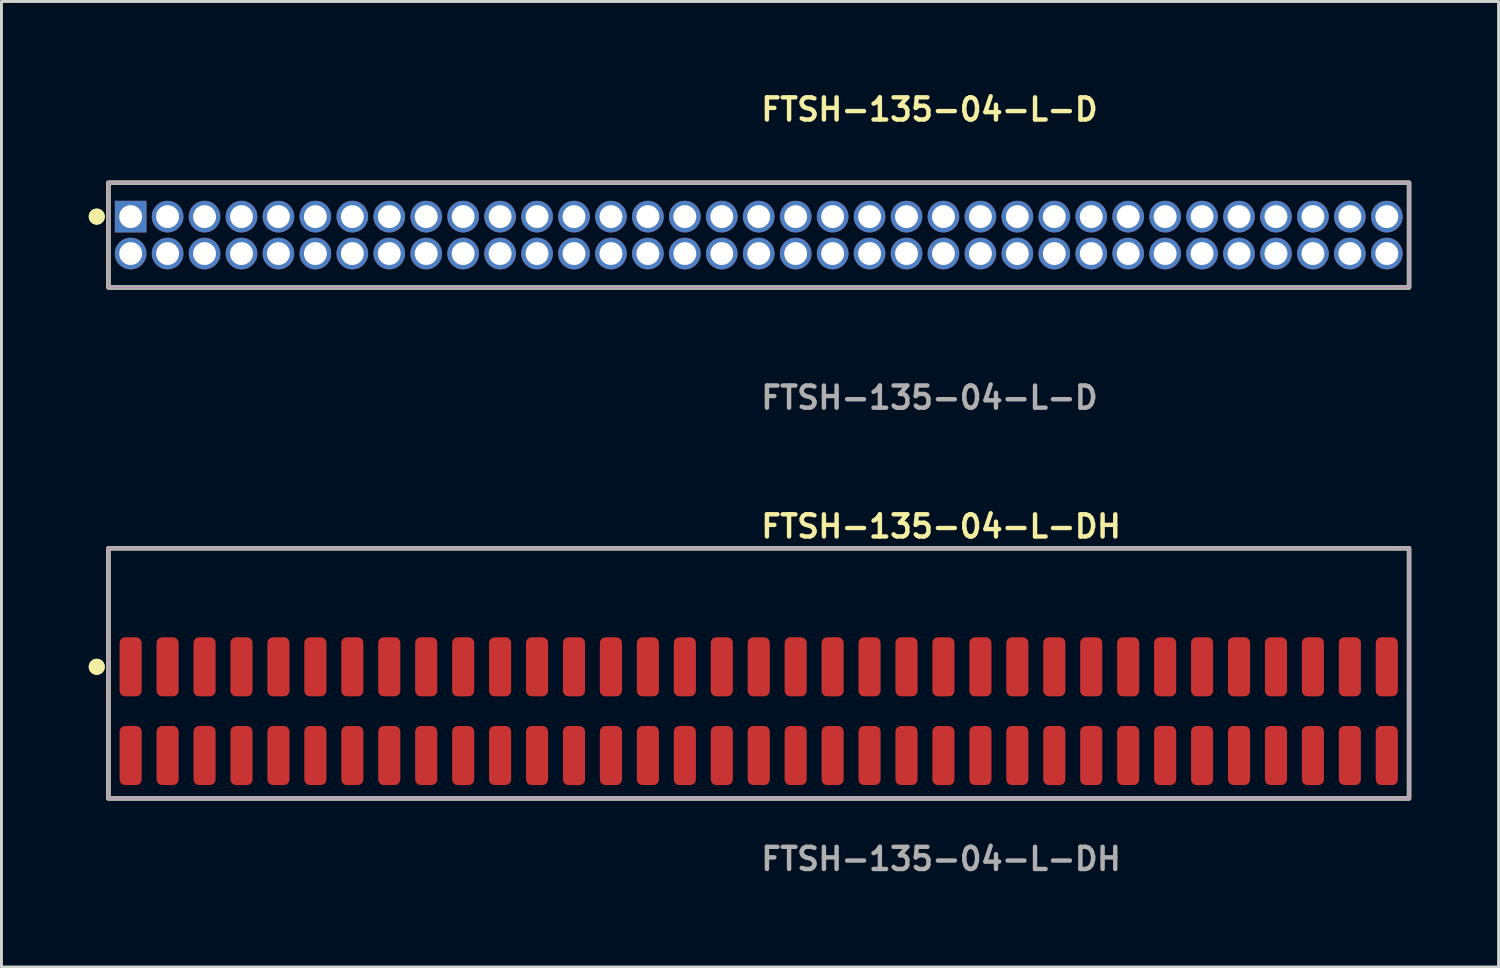
<source format=kicad_pcb>
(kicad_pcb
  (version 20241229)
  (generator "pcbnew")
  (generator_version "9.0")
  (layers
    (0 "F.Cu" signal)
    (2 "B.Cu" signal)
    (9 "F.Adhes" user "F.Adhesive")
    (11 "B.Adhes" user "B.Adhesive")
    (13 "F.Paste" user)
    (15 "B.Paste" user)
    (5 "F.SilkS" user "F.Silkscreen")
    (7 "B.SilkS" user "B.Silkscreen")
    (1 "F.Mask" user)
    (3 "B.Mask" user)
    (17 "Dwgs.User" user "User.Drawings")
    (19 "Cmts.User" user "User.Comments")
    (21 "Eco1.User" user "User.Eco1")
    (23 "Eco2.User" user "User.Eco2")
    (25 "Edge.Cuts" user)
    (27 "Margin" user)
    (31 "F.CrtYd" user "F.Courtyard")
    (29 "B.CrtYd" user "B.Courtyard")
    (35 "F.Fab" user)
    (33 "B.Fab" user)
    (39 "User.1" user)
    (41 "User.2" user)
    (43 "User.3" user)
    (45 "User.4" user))
  (footprint "FTSH-135-04-L-DH"
    (layer "F.Cu")
    (at 23.031 21.396)
    (property "Reference" "FTSH-135-04-L-DH" (at 0 -6.35 0) (unlocked yes) (layer "F.SilkS") (effects (font (size 0.762 0.762) (thickness 0.152)) (justify left)))
    (fp_rect (start -22.355 3) (end 22.355 -5.6) (stroke (width 0.152) (type solid)) (fill no) (layer "F.SilkS"))
    (fp_circle (center -22.755 -1.525) (end -22.955 -1.525) (stroke (width 0.152) (type solid)) (fill yes) (layer "F.SilkS"))
    (fp_circle (center -22.755 -1.525) (end -22.955 -1.525) (stroke (width 0.152) (type solid)) (fill yes) (layer "F.SilkS"))
    (fp_rect (start -22.355 3) (end 22.355 -5.6) (stroke (width 0.006) (type solid)) (fill no) (layer "F.CrtYd"))
    (fp_rect (start -22.355 3) (end 22.355 -5.6) (stroke (width 0.152) (type solid)) (fill no) (layer "F.Fab"))
    (fp_text user "${REFERENCE}" (at 0 5.08 0) (unlocked yes) (layer "F.Fab") (effects (font (size 0.762 0.762) (thickness 0.152)) (justify left)))
    (pad "1" smd roundrect (at -21.59 -1.525) (size 0.76 2.03) (layers "F.Cu" "F.Paste") (roundrect_rratio 0.25))
    (pad "2" smd roundrect (at -21.59 1.525) (size 0.76 2.03) (layers "F.Cu" "F.Paste") (roundrect_rratio 0.25))
    (pad "3" smd roundrect (at -20.32 -1.525) (size 0.76 2.03) (layers "F.Cu" "F.Paste") (roundrect_rratio 0.25))
    (pad "4" smd roundrect (at -20.32 1.525) (size 0.76 2.03) (layers "F.Cu" "F.Paste") (roundrect_rratio 0.25))
    (pad "5" smd roundrect (at -19.05 -1.525) (size 0.76 2.03) (layers "F.Cu" "F.Paste") (roundrect_rratio 0.25))
    (pad "6" smd roundrect (at -19.05 1.525) (size 0.76 2.03) (layers "F.Cu" "F.Paste") (roundrect_rratio 0.25))
    (pad "7" smd roundrect (at -17.78 -1.525) (size 0.76 2.03) (layers "F.Cu" "F.Paste") (roundrect_rratio 0.25))
    (pad "8" smd roundrect (at -17.78 1.525) (size 0.76 2.03) (layers "F.Cu" "F.Paste") (roundrect_rratio 0.25))
    (pad "9" smd roundrect (at -16.51 -1.525) (size 0.76 2.03) (layers "F.Cu" "F.Paste") (roundrect_rratio 0.25))
    (pad "10" smd roundrect (at -16.51 1.525) (size 0.76 2.03) (layers "F.Cu" "F.Paste") (roundrect_rratio 0.25))
    (pad "11" smd roundrect (at -15.24 -1.525) (size 0.76 2.03) (layers "F.Cu" "F.Paste") (roundrect_rratio 0.25))
    (pad "12" smd roundrect (at -15.24 1.525) (size 0.76 2.03) (layers "F.Cu" "F.Paste") (roundrect_rratio 0.25))
    (pad "13" smd roundrect (at -13.97 -1.525) (size 0.76 2.03) (layers "F.Cu" "F.Paste") (roundrect_rratio 0.25))
    (pad "14" smd roundrect (at -13.97 1.525) (size 0.76 2.03) (layers "F.Cu" "F.Paste") (roundrect_rratio 0.25))
    (pad "15" smd roundrect (at -12.7 -1.525) (size 0.76 2.03) (layers "F.Cu" "F.Paste") (roundrect_rratio 0.25))
    (pad "16" smd roundrect (at -12.7 1.525) (size 0.76 2.03) (layers "F.Cu" "F.Paste") (roundrect_rratio 0.25))
    (pad "17" smd roundrect (at -11.43 -1.525) (size 0.76 2.03) (layers "F.Cu" "F.Paste") (roundrect_rratio 0.25))
    (pad "18" smd roundrect (at -11.43 1.525) (size 0.76 2.03) (layers "F.Cu" "F.Paste") (roundrect_rratio 0.25))
    (pad "19" smd roundrect (at -10.16 -1.525) (size 0.76 2.03) (layers "F.Cu" "F.Paste") (roundrect_rratio 0.25))
    (pad "20" smd roundrect (at -10.16 1.525) (size 0.76 2.03) (layers "F.Cu" "F.Paste") (roundrect_rratio 0.25))
    (pad "21" smd roundrect (at -8.89 -1.525) (size 0.76 2.03) (layers "F.Cu" "F.Paste") (roundrect_rratio 0.25))
    (pad "22" smd roundrect (at -8.89 1.525) (size 0.76 2.03) (layers "F.Cu" "F.Paste") (roundrect_rratio 0.25))
    (pad "23" smd roundrect (at -7.62 -1.525) (size 0.76 2.03) (layers "F.Cu" "F.Paste") (roundrect_rratio 0.25))
    (pad "24" smd roundrect (at -7.62 1.525) (size 0.76 2.03) (layers "F.Cu" "F.Paste") (roundrect_rratio 0.25))
    (pad "25" smd roundrect (at -6.35 -1.525) (size 0.76 2.03) (layers "F.Cu" "F.Paste") (roundrect_rratio 0.25))
    (pad "26" smd roundrect (at -6.35 1.525) (size 0.76 2.03) (layers "F.Cu" "F.Paste") (roundrect_rratio 0.25))
    (pad "27" smd roundrect (at -5.08 -1.525) (size 0.76 2.03) (layers "F.Cu" "F.Paste") (roundrect_rratio 0.25))
    (pad "28" smd roundrect (at -5.08 1.525) (size 0.76 2.03) (layers "F.Cu" "F.Paste") (roundrect_rratio 0.25))
    (pad "29" smd roundrect (at -3.81 -1.525) (size 0.76 2.03) (layers "F.Cu" "F.Paste") (roundrect_rratio 0.25))
    (pad "30" smd roundrect (at -3.81 1.525) (size 0.76 2.03) (layers "F.Cu" "F.Paste") (roundrect_rratio 0.25))
    (pad "31" smd roundrect (at -2.54 -1.525) (size 0.76 2.03) (layers "F.Cu" "F.Paste") (roundrect_rratio 0.25))
    (pad "32" smd roundrect (at -2.54 1.525) (size 0.76 2.03) (layers "F.Cu" "F.Paste") (roundrect_rratio 0.25))
    (pad "33" smd roundrect (at -1.27 -1.525) (size 0.76 2.03) (layers "F.Cu" "F.Paste") (roundrect_rratio 0.25))
    (pad "34" smd roundrect (at -1.27 1.525) (size 0.76 2.03) (layers "F.Cu" "F.Paste") (roundrect_rratio 0.25))
    (pad "35" smd roundrect (at 0 -1.525) (size 0.76 2.03) (layers "F.Cu" "F.Paste") (roundrect_rratio 0.25))
    (pad "36" smd roundrect (at 0 1.525) (size 0.76 2.03) (layers "F.Cu" "F.Paste") (roundrect_rratio 0.25))
    (pad "37" smd roundrect (at 1.27 -1.525) (size 0.76 2.03) (layers "F.Cu" "F.Paste") (roundrect_rratio 0.25))
    (pad "38" smd roundrect (at 1.27 1.525) (size 0.76 2.03) (layers "F.Cu" "F.Paste") (roundrect_rratio 0.25))
    (pad "39" smd roundrect (at 2.54 -1.525) (size 0.76 2.03) (layers "F.Cu" "F.Paste") (roundrect_rratio 0.25))
    (pad "40" smd roundrect (at 2.54 1.525) (size 0.76 2.03) (layers "F.Cu" "F.Paste") (roundrect_rratio 0.25))
    (pad "41" smd roundrect (at 3.81 -1.525) (size 0.76 2.03) (layers "F.Cu" "F.Paste") (roundrect_rratio 0.25))
    (pad "42" smd roundrect (at 3.81 1.525) (size 0.76 2.03) (layers "F.Cu" "F.Paste") (roundrect_rratio 0.25))
    (pad "43" smd roundrect (at 5.08 -1.525) (size 0.76 2.03) (layers "F.Cu" "F.Paste") (roundrect_rratio 0.25))
    (pad "44" smd roundrect (at 5.08 1.525) (size 0.76 2.03) (layers "F.Cu" "F.Paste") (roundrect_rratio 0.25))
    (pad "45" smd roundrect (at 6.35 -1.525) (size 0.76 2.03) (layers "F.Cu" "F.Paste") (roundrect_rratio 0.25))
    (pad "46" smd roundrect (at 6.35 1.525) (size 0.76 2.03) (layers "F.Cu" "F.Paste") (roundrect_rratio 0.25))
    (pad "47" smd roundrect (at 7.62 -1.525) (size 0.76 2.03) (layers "F.Cu" "F.Paste") (roundrect_rratio 0.25))
    (pad "48" smd roundrect (at 7.62 1.525) (size 0.76 2.03) (layers "F.Cu" "F.Paste") (roundrect_rratio 0.25))
    (pad "49" smd roundrect (at 8.89 -1.525) (size 0.76 2.03) (layers "F.Cu" "F.Paste") (roundrect_rratio 0.25))
    (pad "50" smd roundrect (at 8.89 1.525) (size 0.76 2.03) (layers "F.Cu" "F.Paste") (roundrect_rratio 0.25))
    (pad "51" smd roundrect (at 10.16 -1.525) (size 0.76 2.03) (layers "F.Cu" "F.Paste") (roundrect_rratio 0.25))
    (pad "52" smd roundrect (at 10.16 1.525) (size 0.76 2.03) (layers "F.Cu" "F.Paste") (roundrect_rratio 0.25))
    (pad "53" smd roundrect (at 11.43 -1.525) (size 0.76 2.03) (layers "F.Cu" "F.Paste") (roundrect_rratio 0.25))
    (pad "54" smd roundrect (at 11.43 1.525) (size 0.76 2.03) (layers "F.Cu" "F.Paste") (roundrect_rratio 0.25))
    (pad "55" smd roundrect (at 12.7 -1.525) (size 0.76 2.03) (layers "F.Cu" "F.Paste") (roundrect_rratio 0.25))
    (pad "56" smd roundrect (at 12.7 1.525) (size 0.76 2.03) (layers "F.Cu" "F.Paste") (roundrect_rratio 0.25))
    (pad "57" smd roundrect (at 13.97 -1.525) (size 0.76 2.03) (layers "F.Cu" "F.Paste") (roundrect_rratio 0.25))
    (pad "58" smd roundrect (at 13.97 1.525) (size 0.76 2.03) (layers "F.Cu" "F.Paste") (roundrect_rratio 0.25))
    (pad "59" smd roundrect (at 15.24 -1.525) (size 0.76 2.03) (layers "F.Cu" "F.Paste") (roundrect_rratio 0.25))
    (pad "60" smd roundrect (at 15.24 1.525) (size 0.76 2.03) (layers "F.Cu" "F.Paste") (roundrect_rratio 0.25))
    (pad "61" smd roundrect (at 16.51 -1.525) (size 0.76 2.03) (layers "F.Cu" "F.Paste") (roundrect_rratio 0.25))
    (pad "62" smd roundrect (at 16.51 1.525) (size 0.76 2.03) (layers "F.Cu" "F.Paste") (roundrect_rratio 0.25))
    (pad "63" smd roundrect (at 17.78 -1.525) (size 0.76 2.03) (layers "F.Cu" "F.Paste") (roundrect_rratio 0.25))
    (pad "64" smd roundrect (at 17.78 1.525) (size 0.76 2.03) (layers "F.Cu" "F.Paste") (roundrect_rratio 0.25))
    (pad "65" smd roundrect (at 19.05 -1.525) (size 0.76 2.03) (layers "F.Cu" "F.Paste") (roundrect_rratio 0.25))
    (pad "66" smd roundrect (at 19.05 1.525) (size 0.76 2.03) (layers "F.Cu" "F.Paste") (roundrect_rratio 0.25))
    (pad "67" smd roundrect (at 20.32 -1.525) (size 0.76 2.03) (layers "F.Cu" "F.Paste") (roundrect_rratio 0.25))
    (pad "68" smd roundrect (at 20.32 1.525) (size 0.76 2.03) (layers "F.Cu" "F.Paste") (roundrect_rratio 0.25))
    (pad "69" smd roundrect (at 21.59 -1.525) (size 0.76 2.03) (layers "F.Cu" "F.Paste") (roundrect_rratio 0.25))
    (pad "70" smd roundrect (at 21.59 1.525) (size 0.76 2.03) (layers "F.Cu" "F.Paste") (roundrect_rratio 0.25)))
  (footprint "FTSH-135-04-L-D"
    (layer "F.Cu")
    (at 23.031 5.031)
    (property "Reference" "FTSH-135-04-L-D" (at 0 -4.318 0) (unlocked yes) (layer "F.SilkS") (effects (font (size 0.762 0.762) (thickness 0.152)) (justify left)))
    (fp_rect (start -22.355 1.8) (end 22.355 -1.8) (stroke (width 0.152) (type solid)) (fill no) (layer "F.SilkS"))
    (fp_circle (center -22.755 -0.635) (end -22.955 -0.635) (stroke (width 0.152) (type solid)) (fill yes) (layer "F.SilkS"))
    (fp_circle (center -22.755 -0.635) (end -22.955 -0.635) (stroke (width 0.152) (type solid)) (fill yes) (layer "F.SilkS"))
    (fp_rect (start -22.355 1.8) (end 22.355 -1.8) (stroke (width 0.006) (type solid)) (fill no) (layer "F.CrtYd"))
    (fp_rect (start -22.355 1.8) (end 22.355 -1.8) (stroke (width 0.152) (type solid)) (fill no) (layer "F.Fab"))
    (fp_text user "${REFERENCE}" (at 0 5.588 0) (unlocked yes) (layer "F.Fab") (effects (font (size 0.762 0.762) (thickness 0.152)) (justify left)))
    (pad "1" thru_hole rect (at -21.59 -0.635) (size 1.087 1.087) (drill 0.787) (layers "*.Cu" "*.Mask"))
    (pad "2" thru_hole circle (at -21.59 0.635) (size 1.087 1.087) (drill 0.787) (layers "*.Cu" "*.Mask"))
    (pad "3" thru_hole circle (at -20.32 -0.635) (size 1.087 1.087) (drill 0.787) (layers "*.Cu" "*.Mask"))
    (pad "4" thru_hole circle (at -20.32 0.635) (size 1.087 1.087) (drill 0.787) (layers "*.Cu" "*.Mask"))
    (pad "5" thru_hole circle (at -19.05 -0.635) (size 1.087 1.087) (drill 0.787) (layers "*.Cu" "*.Mask"))
    (pad "6" thru_hole circle (at -19.05 0.635) (size 1.087 1.087) (drill 0.787) (layers "*.Cu" "*.Mask"))
    (pad "7" thru_hole circle (at -17.78 -0.635) (size 1.087 1.087) (drill 0.787) (layers "*.Cu" "*.Mask"))
    (pad "8" thru_hole circle (at -17.78 0.635) (size 1.087 1.087) (drill 0.787) (layers "*.Cu" "*.Mask"))
    (pad "9" thru_hole circle (at -16.51 -0.635) (size 1.087 1.087) (drill 0.787) (layers "*.Cu" "*.Mask"))
    (pad "10" thru_hole circle (at -16.51 0.635) (size 1.087 1.087) (drill 0.787) (layers "*.Cu" "*.Mask"))
    (pad "11" thru_hole circle (at -15.24 -0.635) (size 1.087 1.087) (drill 0.787) (layers "*.Cu" "*.Mask"))
    (pad "12" thru_hole circle (at -15.24 0.635) (size 1.087 1.087) (drill 0.787) (layers "*.Cu" "*.Mask"))
    (pad "13" thru_hole circle (at -13.97 -0.635) (size 1.087 1.087) (drill 0.787) (layers "*.Cu" "*.Mask"))
    (pad "14" thru_hole circle (at -13.97 0.635) (size 1.087 1.087) (drill 0.787) (layers "*.Cu" "*.Mask"))
    (pad "15" thru_hole circle (at -12.7 -0.635) (size 1.087 1.087) (drill 0.787) (layers "*.Cu" "*.Mask"))
    (pad "16" thru_hole circle (at -12.7 0.635) (size 1.087 1.087) (drill 0.787) (layers "*.Cu" "*.Mask"))
    (pad "17" thru_hole circle (at -11.43 -0.635) (size 1.087 1.087) (drill 0.787) (layers "*.Cu" "*.Mask"))
    (pad "18" thru_hole circle (at -11.43 0.635) (size 1.087 1.087) (drill 0.787) (layers "*.Cu" "*.Mask"))
    (pad "19" thru_hole circle (at -10.16 -0.635) (size 1.087 1.087) (drill 0.787) (layers "*.Cu" "*.Mask"))
    (pad "20" thru_hole circle (at -10.16 0.635) (size 1.087 1.087) (drill 0.787) (layers "*.Cu" "*.Mask"))
    (pad "21" thru_hole circle (at -8.89 -0.635) (size 1.087 1.087) (drill 0.787) (layers "*.Cu" "*.Mask"))
    (pad "22" thru_hole circle (at -8.89 0.635) (size 1.087 1.087) (drill 0.787) (layers "*.Cu" "*.Mask"))
    (pad "23" thru_hole circle (at -7.62 -0.635) (size 1.087 1.087) (drill 0.787) (layers "*.Cu" "*.Mask"))
    (pad "24" thru_hole circle (at -7.62 0.635) (size 1.087 1.087) (drill 0.787) (layers "*.Cu" "*.Mask"))
    (pad "25" thru_hole circle (at -6.35 -0.635) (size 1.087 1.087) (drill 0.787) (layers "*.Cu" "*.Mask"))
    (pad "26" thru_hole circle (at -6.35 0.635) (size 1.087 1.087) (drill 0.787) (layers "*.Cu" "*.Mask"))
    (pad "27" thru_hole circle (at -5.08 -0.635) (size 1.087 1.087) (drill 0.787) (layers "*.Cu" "*.Mask"))
    (pad "28" thru_hole circle (at -5.08 0.635) (size 1.087 1.087) (drill 0.787) (layers "*.Cu" "*.Mask"))
    (pad "29" thru_hole circle (at -3.81 -0.635) (size 1.087 1.087) (drill 0.787) (layers "*.Cu" "*.Mask"))
    (pad "30" thru_hole circle (at -3.81 0.635) (size 1.087 1.087) (drill 0.787) (layers "*.Cu" "*.Mask"))
    (pad "31" thru_hole circle (at -2.54 -0.635) (size 1.087 1.087) (drill 0.787) (layers "*.Cu" "*.Mask"))
    (pad "32" thru_hole circle (at -2.54 0.635) (size 1.087 1.087) (drill 0.787) (layers "*.Cu" "*.Mask"))
    (pad "33" thru_hole circle (at -1.27 -0.635) (size 1.087 1.087) (drill 0.787) (layers "*.Cu" "*.Mask"))
    (pad "34" thru_hole circle (at -1.27 0.635) (size 1.087 1.087) (drill 0.787) (layers "*.Cu" "*.Mask"))
    (pad "35" thru_hole circle (at 0 -0.635) (size 1.087 1.087) (drill 0.787) (layers "*.Cu" "*.Mask"))
    (pad "36" thru_hole circle (at 0 0.635) (size 1.087 1.087) (drill 0.787) (layers "*.Cu" "*.Mask"))
    (pad "37" thru_hole circle (at 1.27 -0.635) (size 1.087 1.087) (drill 0.787) (layers "*.Cu" "*.Mask"))
    (pad "38" thru_hole circle (at 1.27 0.635) (size 1.087 1.087) (drill 0.787) (layers "*.Cu" "*.Mask"))
    (pad "39" thru_hole circle (at 2.54 -0.635) (size 1.087 1.087) (drill 0.787) (layers "*.Cu" "*.Mask"))
    (pad "40" thru_hole circle (at 2.54 0.635) (size 1.087 1.087) (drill 0.787) (layers "*.Cu" "*.Mask"))
    (pad "41" thru_hole circle (at 3.81 -0.635) (size 1.087 1.087) (drill 0.787) (layers "*.Cu" "*.Mask"))
    (pad "42" thru_hole circle (at 3.81 0.635) (size 1.087 1.087) (drill 0.787) (layers "*.Cu" "*.Mask"))
    (pad "43" thru_hole circle (at 5.08 -0.635) (size 1.087 1.087) (drill 0.787) (layers "*.Cu" "*.Mask"))
    (pad "44" thru_hole circle (at 5.08 0.635) (size 1.087 1.087) (drill 0.787) (layers "*.Cu" "*.Mask"))
    (pad "45" thru_hole circle (at 6.35 -0.635) (size 1.087 1.087) (drill 0.787) (layers "*.Cu" "*.Mask"))
    (pad "46" thru_hole circle (at 6.35 0.635) (size 1.087 1.087) (drill 0.787) (layers "*.Cu" "*.Mask"))
    (pad "47" thru_hole circle (at 7.62 -0.635) (size 1.087 1.087) (drill 0.787) (layers "*.Cu" "*.Mask"))
    (pad "48" thru_hole circle (at 7.62 0.635) (size 1.087 1.087) (drill 0.787) (layers "*.Cu" "*.Mask"))
    (pad "49" thru_hole circle (at 8.89 -0.635) (size 1.087 1.087) (drill 0.787) (layers "*.Cu" "*.Mask"))
    (pad "50" thru_hole circle (at 8.89 0.635) (size 1.087 1.087) (drill 0.787) (layers "*.Cu" "*.Mask"))
    (pad "51" thru_hole circle (at 10.16 -0.635) (size 1.087 1.087) (drill 0.787) (layers "*.Cu" "*.Mask"))
    (pad "52" thru_hole circle (at 10.16 0.635) (size 1.087 1.087) (drill 0.787) (layers "*.Cu" "*.Mask"))
    (pad "53" thru_hole circle (at 11.43 -0.635) (size 1.087 1.087) (drill 0.787) (layers "*.Cu" "*.Mask"))
    (pad "54" thru_hole circle (at 11.43 0.635) (size 1.087 1.087) (drill 0.787) (layers "*.Cu" "*.Mask"))
    (pad "55" thru_hole circle (at 12.7 -0.635) (size 1.087 1.087) (drill 0.787) (layers "*.Cu" "*.Mask"))
    (pad "56" thru_hole circle (at 12.7 0.635) (size 1.087 1.087) (drill 0.787) (layers "*.Cu" "*.Mask"))
    (pad "57" thru_hole circle (at 13.97 -0.635) (size 1.087 1.087) (drill 0.787) (layers "*.Cu" "*.Mask"))
    (pad "58" thru_hole circle (at 13.97 0.635) (size 1.087 1.087) (drill 0.787) (layers "*.Cu" "*.Mask"))
    (pad "59" thru_hole circle (at 15.24 -0.635) (size 1.087 1.087) (drill 0.787) (layers "*.Cu" "*.Mask"))
    (pad "60" thru_hole circle (at 15.24 0.635) (size 1.087 1.087) (drill 0.787) (layers "*.Cu" "*.Mask"))
    (pad "61" thru_hole circle (at 16.51 -0.635) (size 1.087 1.087) (drill 0.787) (layers "*.Cu" "*.Mask"))
    (pad "62" thru_hole circle (at 16.51 0.635) (size 1.087 1.087) (drill 0.787) (layers "*.Cu" "*.Mask"))
    (pad "63" thru_hole circle (at 17.78 -0.635) (size 1.087 1.087) (drill 0.787) (layers "*.Cu" "*.Mask"))
    (pad "64" thru_hole circle (at 17.78 0.635) (size 1.087 1.087) (drill 0.787) (layers "*.Cu" "*.Mask"))
    (pad "65" thru_hole circle (at 19.05 -0.635) (size 1.087 1.087) (drill 0.787) (layers "*.Cu" "*.Mask"))
    (pad "66" thru_hole circle (at 19.05 0.635) (size 1.087 1.087) (drill 0.787) (layers "*.Cu" "*.Mask"))
    (pad "67" thru_hole circle (at 20.32 -0.635) (size 1.087 1.087) (drill 0.787) (layers "*.Cu" "*.Mask"))
    (pad "68" thru_hole circle (at 20.32 0.635) (size 1.087 1.087) (drill 0.787) (layers "*.Cu" "*.Mask"))
    (pad "69" thru_hole circle (at 21.59 -0.635) (size 1.087 1.087) (drill 0.787) (layers "*.Cu" "*.Mask"))
    (pad "70" thru_hole circle (at 21.59 0.635) (size 1.087 1.087) (drill 0.787) (layers "*.Cu" "*.Mask")))
  (gr_rect
    (start -3 -3)
    (end 48.462 30.189)
    (stroke (width 0.1) (type default))
    (fill no)
    (layer "Edge.Cuts")))
</source>
